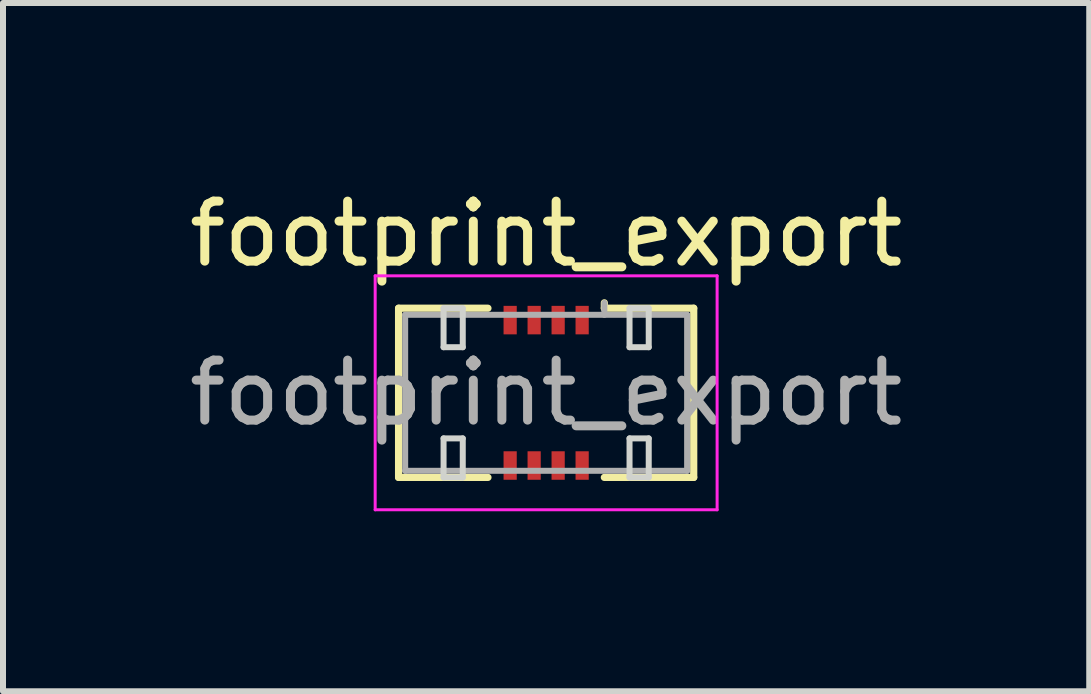
<source format=kicad_pcb>
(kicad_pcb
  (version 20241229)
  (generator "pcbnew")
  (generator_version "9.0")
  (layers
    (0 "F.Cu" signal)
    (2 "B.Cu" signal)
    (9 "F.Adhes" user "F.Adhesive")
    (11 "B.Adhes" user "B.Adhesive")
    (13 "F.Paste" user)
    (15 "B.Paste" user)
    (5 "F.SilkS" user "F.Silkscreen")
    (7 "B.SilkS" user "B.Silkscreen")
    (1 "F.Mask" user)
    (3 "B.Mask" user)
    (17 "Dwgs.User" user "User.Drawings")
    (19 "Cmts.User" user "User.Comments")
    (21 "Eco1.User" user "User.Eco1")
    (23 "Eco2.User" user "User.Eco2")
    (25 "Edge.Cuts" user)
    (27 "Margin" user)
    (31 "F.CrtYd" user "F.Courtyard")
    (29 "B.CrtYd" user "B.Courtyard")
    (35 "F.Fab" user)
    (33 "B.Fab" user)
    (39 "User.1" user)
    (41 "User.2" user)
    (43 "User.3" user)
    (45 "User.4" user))
  (footprint "footprint_export"
    (layer "F.Cu")
    (at 6.054 3.498)
    (property "Reference" "footprint_export" (at 0 -2.65 0) (layer "F.SilkS") (effects (font (size 1 1) (thickness 0.15))))
    (attr smd)
    (fp_line (start -2.46 -1.41) (end -0.97 -1.41) (stroke (width 0.12) (type solid)) (layer "F.SilkS"))
    (fp_line (start -2.46 1.41) (end -2.46 -1.41) (stroke (width 0.12) (type solid)) (layer "F.SilkS"))
    (fp_line (start -0.97 1.41) (end -2.46 1.41) (stroke (width 0.12) (type solid)) (layer "F.SilkS"))
    (fp_line (start 0.97 -1.41) (end 0.97 -1.5) (stroke (width 0.12) (type solid)) (layer "F.SilkS"))
    (fp_line (start 0.97 1.41) (end 2.46 1.41) (stroke (width 0.12) (type solid)) (layer "F.SilkS"))
    (fp_line (start 2.46 -1.41) (end 0.97 -1.41) (stroke (width 0.12) (type solid)) (layer "F.SilkS"))
    (fp_line (start 2.46 1.41) (end 2.46 -1.41) (stroke (width 0.12) (type solid)) (layer "F.SilkS"))
    (fp_line (start -1.71 -1.41) (end -1.71 -0.76) (stroke (width 0.1) (type solid)) (layer "Edge.Cuts"))
    (fp_line (start -1.71 -0.76) (end -1.39 -0.76) (stroke (width 0.1) (type solid)) (layer "Edge.Cuts"))
    (fp_line (start -1.71 0.76) (end -1.71 1.41) (stroke (width 0.1) (type solid)) (layer "Edge.Cuts"))
    (fp_line (start -1.71 1.41) (end -1.39 1.41) (stroke (width 0.1) (type solid)) (layer "Edge.Cuts"))
    (fp_line (start -1.39 -1.41) (end -1.71 -1.41) (stroke (width 0.1) (type solid)) (layer "Edge.Cuts"))
    (fp_line (start -1.39 -0.76) (end -1.39 -1.41) (stroke (width 0.1) (type solid)) (layer "Edge.Cuts"))
    (fp_line (start -1.39 0.76) (end -1.71 0.76) (stroke (width 0.1) (type solid)) (layer "Edge.Cuts"))
    (fp_line (start -1.39 1.41) (end -1.39 0.76) (stroke (width 0.1) (type solid)) (layer "Edge.Cuts"))
    (fp_line (start 1.39 -1.41) (end 1.39 -0.76) (stroke (width 0.1) (type solid)) (layer "Edge.Cuts"))
    (fp_line (start 1.39 -0.76) (end 1.71 -0.76) (stroke (width 0.1) (type solid)) (layer "Edge.Cuts"))
    (fp_line (start 1.39 0.76) (end 1.39 1.41) (stroke (width 0.1) (type solid)) (layer "Edge.Cuts"))
    (fp_line (start 1.39 1.41) (end 1.71 1.41) (stroke (width 0.1) (type solid)) (layer "Edge.Cuts"))
    (fp_line (start 1.71 -1.41) (end 1.39 -1.41) (stroke (width 0.1) (type solid)) (layer "Edge.Cuts"))
    (fp_line (start 1.71 -0.76) (end 1.71 -1.41) (stroke (width 0.1) (type solid)) (layer "Edge.Cuts"))
    (fp_line (start 1.71 0.76) (end 1.39 0.76) (stroke (width 0.1) (type solid)) (layer "Edge.Cuts"))
    (fp_line (start 1.71 1.41) (end 1.71 0.76) (stroke (width 0.1) (type solid)) (layer "Edge.Cuts"))
    (fp_line (start -2.85 -1.95) (end -2.85 1.95) (stroke (width 0.05) (type solid)) (layer "F.CrtYd"))
    (fp_line (start -2.85 1.95) (end 2.85 1.95) (stroke (width 0.05) (type solid)) (layer "F.CrtYd"))
    (fp_line (start 2.85 -1.95) (end -2.85 -1.95) (stroke (width 0.05) (type solid)) (layer "F.CrtYd"))
    (fp_line (start 2.85 1.95) (end 2.85 -1.95) (stroke (width 0.05) (type solid)) (layer "F.CrtYd"))
    (fp_line (start -2.35 -1.3) (end -2.35 1.3) (stroke (width 0.1) (type solid)) (layer "F.Fab"))
    (fp_line (start -2.35 1.3) (end 2.35 1.3) (stroke (width 0.1) (type solid)) (layer "F.Fab"))
    (fp_line (start 0.97 -1.3) (end 0.97 -1.5) (stroke (width 0.1) (type solid)) (layer "F.Fab"))
    (fp_line (start 2.35 -1.3) (end -2.35 -1.3) (stroke (width 0.1) (type solid)) (layer "F.Fab"))
    (fp_line (start 2.35 1.3) (end 2.35 -1.3) (stroke (width 0.1) (type solid)) (layer "F.Fab"))
    (fp_text user "${REFERENCE}" (at 0 0 0) (layer "F.Fab") (effects (font (size 1 1) (thickness 0.15))))
    (pad "1" smd rect (at 0.6 -1.212) (size 0.22 0.475) (layers "F.Cu" "F.Mask" "F.Paste"))
    (pad "2" smd rect (at 0.6 1.212) (size 0.22 0.475) (layers "F.Cu" "F.Mask" "F.Paste"))
    (pad "3" smd rect (at 0.2 -1.212) (size 0.22 0.475) (layers "F.Cu" "F.Mask" "F.Paste"))
    (pad "4" smd rect (at 0.2 1.212) (size 0.22 0.475) (layers "F.Cu" "F.Mask" "F.Paste"))
    (pad "5" smd rect (at -0.2 -1.212) (size 0.22 0.475) (layers "F.Cu" "F.Mask" "F.Paste"))
    (pad "6" smd rect (at -0.2 1.212) (size 0.22 0.475) (layers "F.Cu" "F.Mask" "F.Paste"))
    (pad "7" smd rect (at -0.6 -1.212) (size 0.22 0.475) (layers "F.Cu" "F.Mask" "F.Paste"))
    (pad "8" smd rect (at -0.6 1.212) (size 0.22 0.475) (layers "F.Cu" "F.Mask" "F.Paste")))
  (gr_rect
    (start -3 -3)
    (end 15.107 8.473)
    (stroke (width 0.1) (type default))
    (fill no)
    (layer "Edge.Cuts")))
</source>
